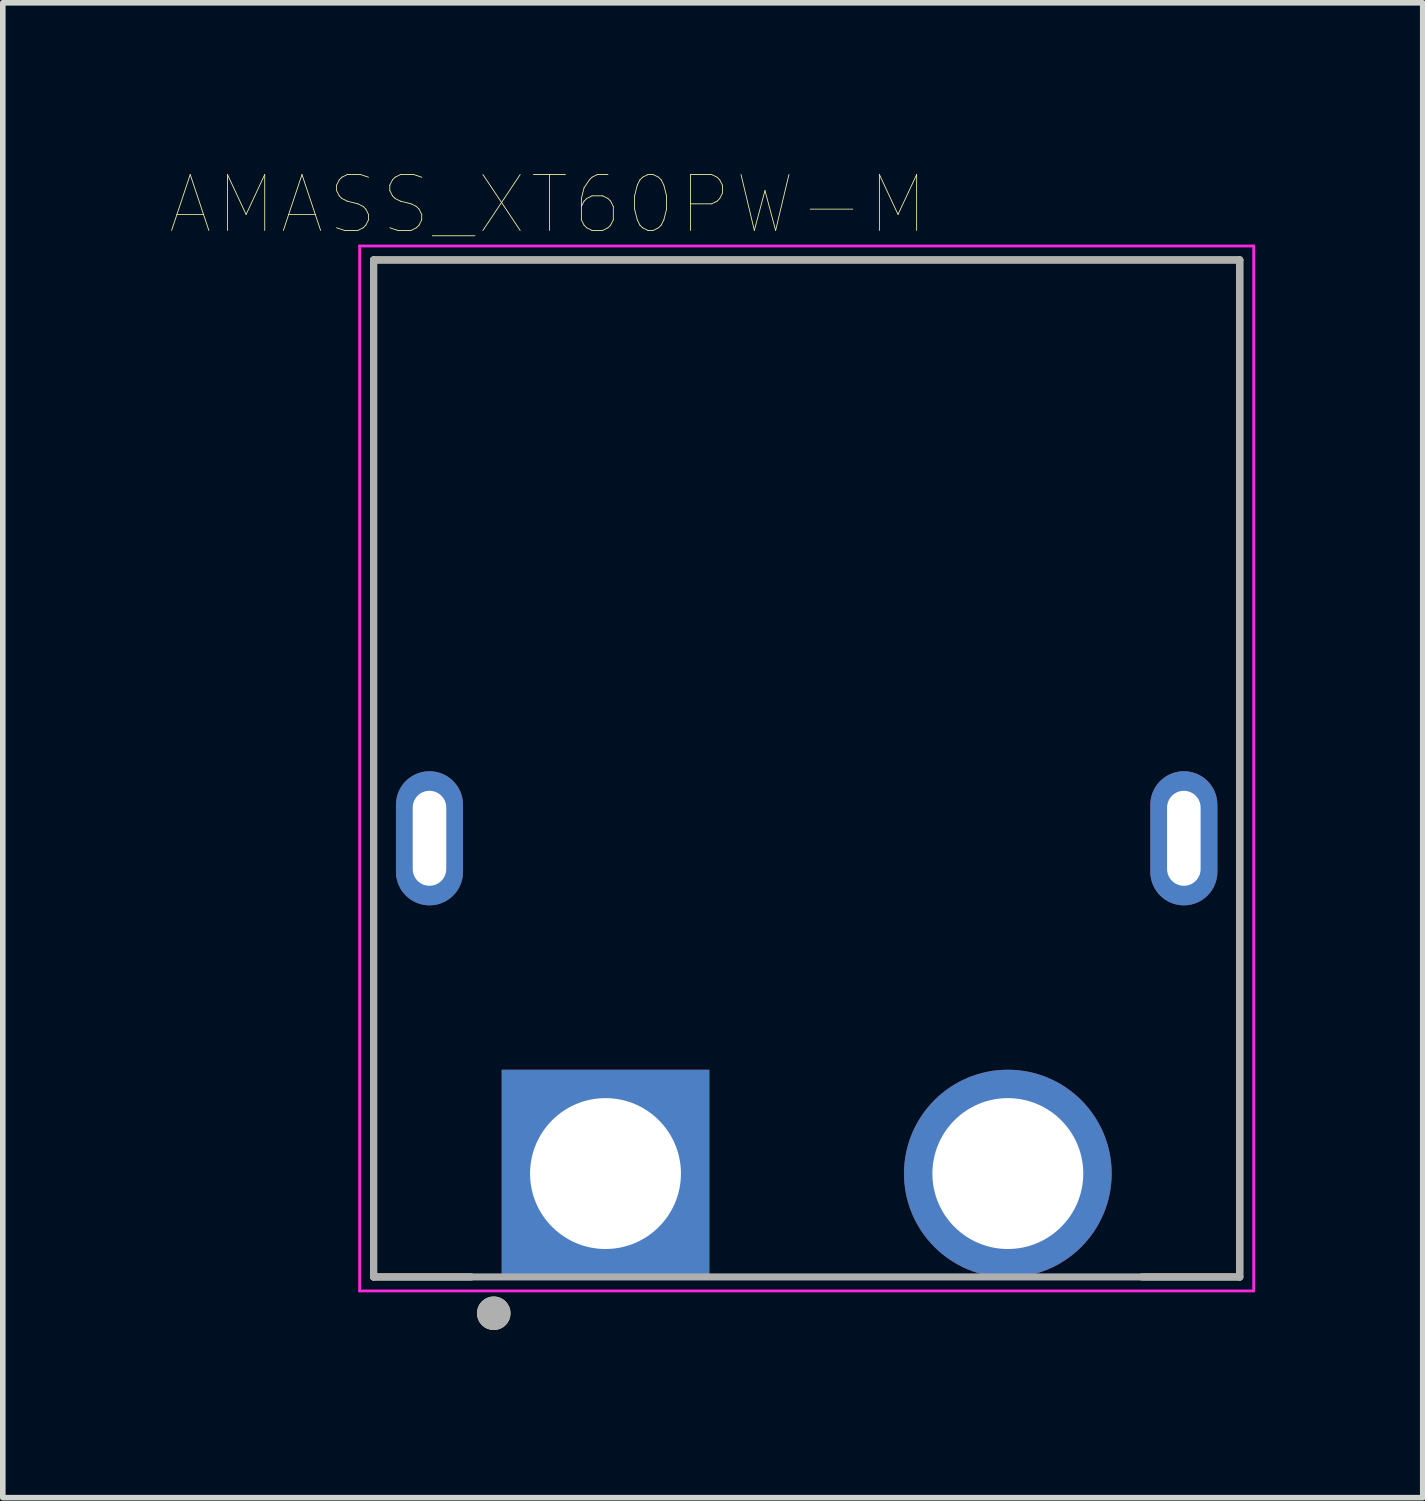
<source format=kicad_pcb>
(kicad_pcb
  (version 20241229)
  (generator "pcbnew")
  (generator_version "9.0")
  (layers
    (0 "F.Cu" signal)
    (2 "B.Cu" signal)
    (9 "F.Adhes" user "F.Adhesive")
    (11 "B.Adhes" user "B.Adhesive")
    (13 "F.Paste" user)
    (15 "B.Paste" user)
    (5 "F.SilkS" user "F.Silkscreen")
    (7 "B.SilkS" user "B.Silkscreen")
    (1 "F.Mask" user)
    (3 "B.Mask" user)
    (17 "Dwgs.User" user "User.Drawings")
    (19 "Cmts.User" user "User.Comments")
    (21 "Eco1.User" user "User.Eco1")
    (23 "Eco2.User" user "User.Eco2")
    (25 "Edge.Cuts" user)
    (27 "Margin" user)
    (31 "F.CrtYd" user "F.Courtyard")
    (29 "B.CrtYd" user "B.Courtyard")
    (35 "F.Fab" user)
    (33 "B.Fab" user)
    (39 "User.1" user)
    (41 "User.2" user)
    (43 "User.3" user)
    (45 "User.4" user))
  (footprint "AMASS_XT60PW-M"
    (layer "F.Cu")
    (at 11.386 11.952)
    (property "Reference" "AMASS_XT60PW-M" (at -4.627 -11.34 0) (layer "F.SilkS") (effects (font (size 1 1) (thickness 0.015))))
    (attr through_hole)
    (fp_line (start -7.75 -10.35) (end -7.75 7.85) (stroke (width 0.127) (type solid)) (layer "F.SilkS"))
    (fp_line (start -7.75 7.85) (end -6 7.85) (stroke (width 0.127) (type solid)) (layer "F.SilkS"))
    (fp_line (start 7.75 -10.35) (end -7.75 -10.35) (stroke (width 0.127) (type solid)) (layer "F.SilkS"))
    (fp_line (start 7.75 7.85) (end 6 7.85) (stroke (width 0.127) (type solid)) (layer "F.SilkS"))
    (fp_line (start 7.75 7.85) (end 7.75 -10.35) (stroke (width 0.127) (type solid)) (layer "F.SilkS"))
    (fp_circle (center -5.6 8.5) (end -5.45 8.5) (stroke (width 0.3) (type solid)) (fill no) (layer "F.SilkS"))
    (fp_line (start -8 -10.6) (end 8 -10.6) (stroke (width 0.05) (type solid)) (layer "F.CrtYd"))
    (fp_line (start -8 8.1) (end -8 -10.6) (stroke (width 0.05) (type solid)) (layer "F.CrtYd"))
    (fp_line (start 8 -10.6) (end 8 8.1) (stroke (width 0.05) (type solid)) (layer "F.CrtYd"))
    (fp_line (start 8 8.1) (end -8 8.1) (stroke (width 0.05) (type solid)) (layer "F.CrtYd"))
    (fp_line (start -7.75 -10.35) (end -7.75 7.85) (stroke (width 0.127) (type solid)) (layer "F.Fab"))
    (fp_line (start -7.75 7.85) (end 7.75 7.85) (stroke (width 0.127) (type solid)) (layer "F.Fab"))
    (fp_line (start 7.75 -10.35) (end -7.75 -10.35) (stroke (width 0.127) (type solid)) (layer "F.Fab"))
    (fp_line (start 7.75 7.85) (end 7.75 -10.35) (stroke (width 0.127) (type solid)) (layer "F.Fab"))
    (fp_circle (center -5.6 8.5) (end -5.45 8.5) (stroke (width 0.3) (type solid)) (fill no) (layer "F.Fab"))
    (pad "1" thru_hole rect (at -3.6 6) (size 3.716 3.716) (drill 2.7) (layers "*.Cu" "*.Mask"))
    (pad "2" thru_hole circle (at 3.6 6) (size 3.716 3.716) (drill 2.7) (layers "*.Cu" "*.Mask"))
    (pad "S1" thru_hole oval (at -6.75 0) (size 1.2 2.4) (drill oval 0.6 1.7) (layers "*.Cu" "*.Mask"))
    (pad "S2" thru_hole oval (at 6.75 0) (size 1.2 2.4) (drill oval 0.6 1.7) (layers "*.Cu" "*.Mask")))
  (gr_rect
    (start -3 -3)
    (end 22.411 23.752)
    (stroke (width 0.1) (type default))
    (fill no)
    (layer "Edge.Cuts")))
</source>
